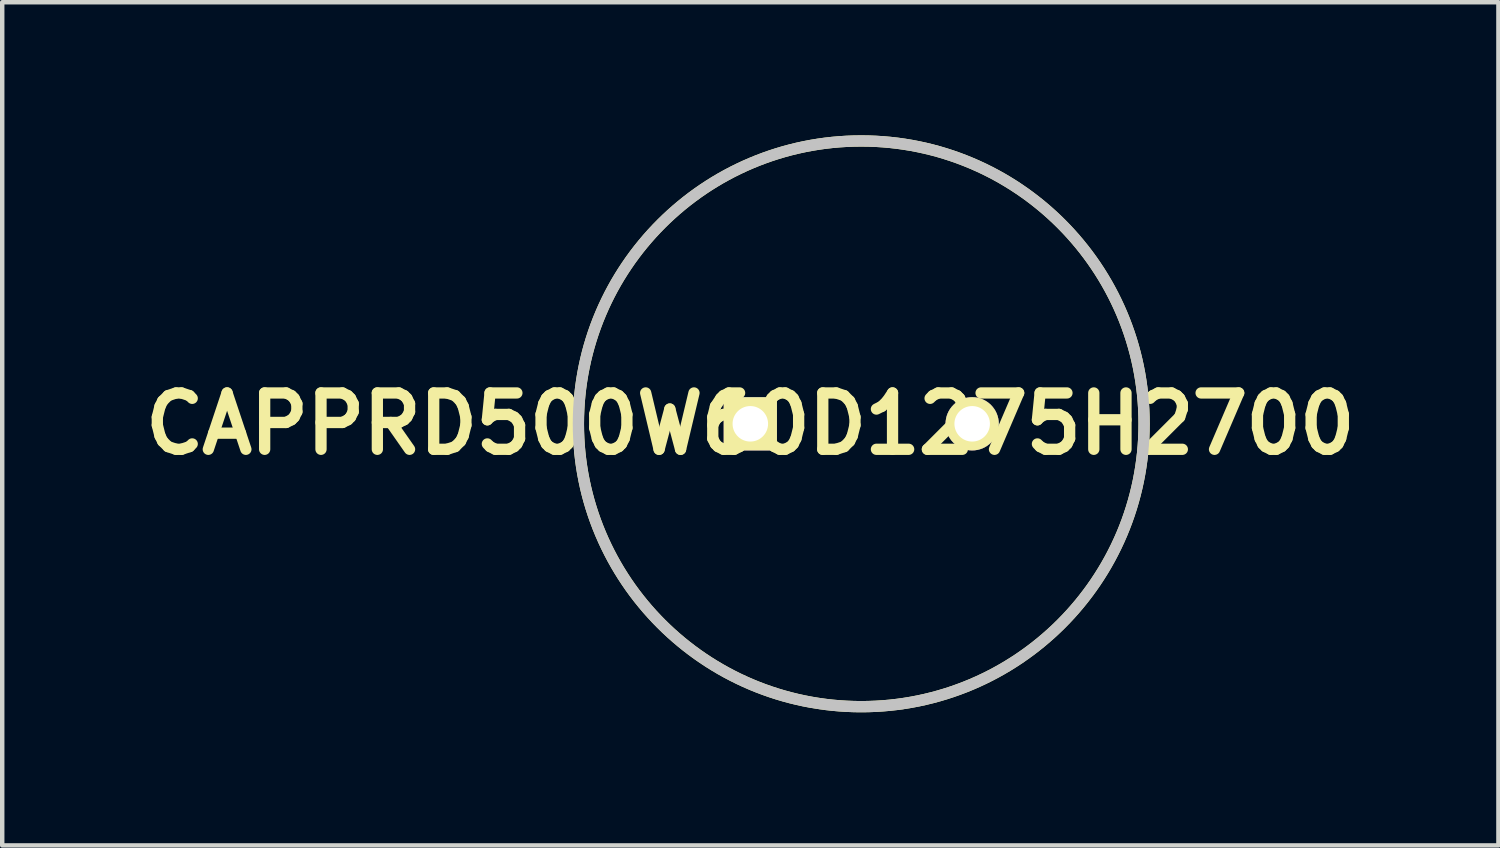
<source format=kicad_pcb>
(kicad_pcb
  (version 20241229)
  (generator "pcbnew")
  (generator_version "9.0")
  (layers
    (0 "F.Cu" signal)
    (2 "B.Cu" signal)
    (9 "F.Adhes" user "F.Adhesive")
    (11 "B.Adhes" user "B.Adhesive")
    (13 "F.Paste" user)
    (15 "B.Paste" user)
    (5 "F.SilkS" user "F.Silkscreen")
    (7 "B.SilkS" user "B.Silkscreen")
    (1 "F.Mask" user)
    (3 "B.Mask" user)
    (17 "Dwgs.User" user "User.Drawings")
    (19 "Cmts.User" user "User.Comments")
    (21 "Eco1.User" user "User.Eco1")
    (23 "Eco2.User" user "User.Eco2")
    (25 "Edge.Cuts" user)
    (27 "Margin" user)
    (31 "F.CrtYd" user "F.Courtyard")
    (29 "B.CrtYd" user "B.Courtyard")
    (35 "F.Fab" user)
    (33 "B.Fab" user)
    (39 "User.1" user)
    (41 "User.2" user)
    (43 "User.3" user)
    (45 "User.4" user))
  (footprint "CAPPRD500W60D1275H2700"
    (layer "F.Cu")
    (at 13.861 6.502)
    (property "Reference" "CAPPRD500W60D1275H2700" (at 0 0 0) (layer "F.SilkS") (effects (font (size 1.27 1.27) (thickness 0.254))))
    (attr through_hole)
    (fp_circle (center 2.5 0) (end 8.875 0) (stroke (width 0.254) (type solid)) (fill no) (layer "F.SilkS"))
    (fp_circle (center 2.5 0) (end 8.875 0) (stroke (width 0.254) (type solid)) (fill no) (layer "Dwgs.User"))
    (pad "1" thru_hole rect (at 0 0 90) (size 1.2 1.2) (drill 0.8) (layers "*.Cu" "*.Mask" "F.SilkS"))
    (pad "2" thru_hole circle (at 5 0 90) (size 1.2 1.2) (drill 0.8) (layers "*.Cu" "*.Mask" "F.SilkS")))
  (gr_rect
    (start -3 -3)
    (end 30.722 16.004)
    (stroke (width 0.1) (type default))
    (fill no)
    (layer "Edge.Cuts")))
</source>
